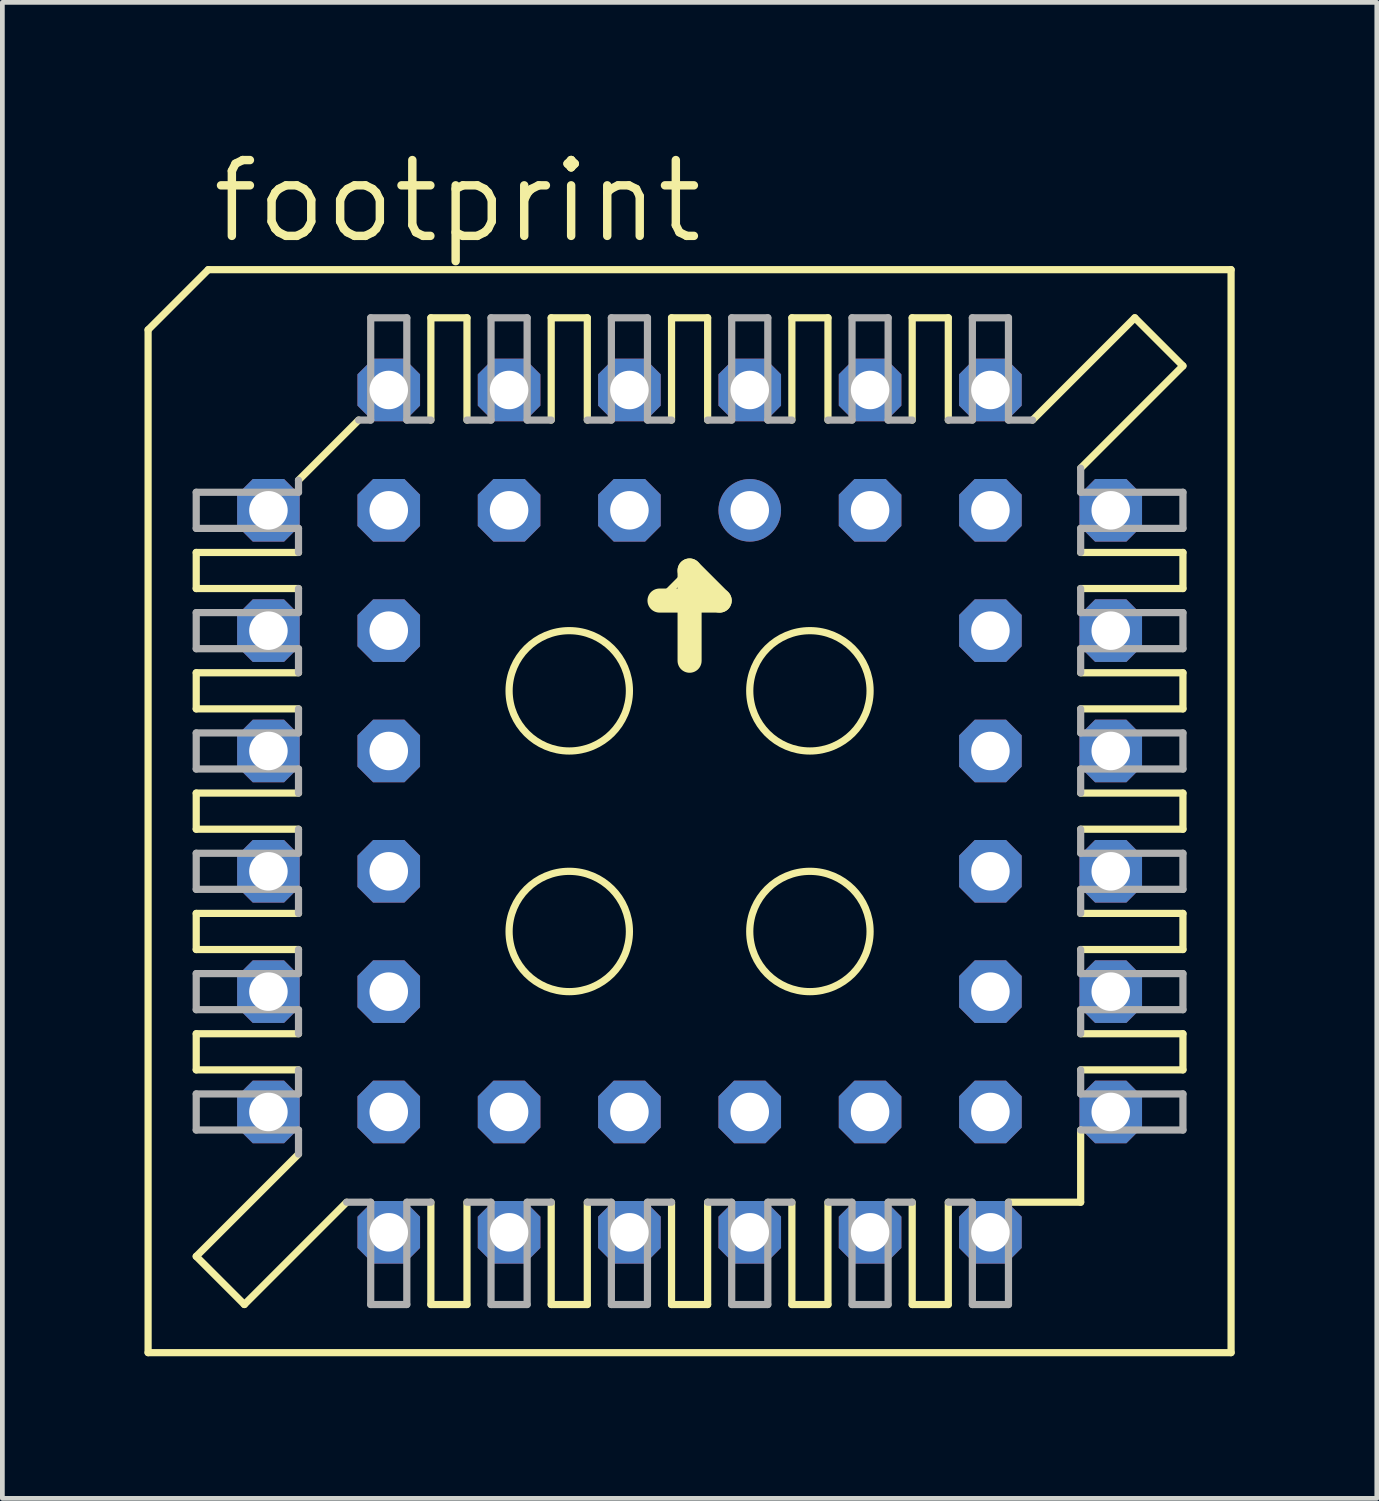
<source format=kicad_pcb>
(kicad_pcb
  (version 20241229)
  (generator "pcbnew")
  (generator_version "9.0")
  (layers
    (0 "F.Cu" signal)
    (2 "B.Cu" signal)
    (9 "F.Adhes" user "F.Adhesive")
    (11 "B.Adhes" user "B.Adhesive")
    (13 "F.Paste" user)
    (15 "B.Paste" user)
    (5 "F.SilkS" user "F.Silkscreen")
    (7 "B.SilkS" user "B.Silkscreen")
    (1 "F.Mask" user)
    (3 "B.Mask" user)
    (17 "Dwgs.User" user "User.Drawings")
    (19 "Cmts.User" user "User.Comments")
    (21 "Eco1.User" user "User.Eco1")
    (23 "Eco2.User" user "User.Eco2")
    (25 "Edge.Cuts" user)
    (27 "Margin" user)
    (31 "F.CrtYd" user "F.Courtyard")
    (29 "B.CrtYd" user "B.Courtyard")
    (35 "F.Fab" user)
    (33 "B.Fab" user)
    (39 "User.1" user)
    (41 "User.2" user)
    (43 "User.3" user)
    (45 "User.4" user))
  (footprint "footprint"
    (layer "F.Cu")
    (at 11.506 14.072)
    (property "Reference" "footprint" (at -10.16 -11.938 0) (layer "F.SilkS") (effects (font (size 1.6 1.6) (thickness 0.178)) (justify left bottom)))
    (fp_line (start -11.43 -10.16) (end -11.43 11.43) (stroke (width 0.152) (type solid)) (layer "F.SilkS"))
    (fp_line (start -10.414 -5.461) (end -10.414 -4.699) (stroke (width 0.152) (type solid)) (layer "F.SilkS"))
    (fp_line (start -10.414 -5.461) (end -8.255 -5.461) (stroke (width 0.152) (type solid)) (layer "F.SilkS"))
    (fp_line (start -10.414 -2.921) (end -10.414 -2.159) (stroke (width 0.152) (type solid)) (layer "F.SilkS"))
    (fp_line (start -10.414 -2.921) (end -8.255 -2.921) (stroke (width 0.152) (type solid)) (layer "F.SilkS"))
    (fp_line (start -10.414 0.381) (end -10.414 -0.381) (stroke (width 0.152) (type solid)) (layer "F.SilkS"))
    (fp_line (start -10.414 0.381) (end -8.255 0.381) (stroke (width 0.152) (type solid)) (layer "F.SilkS"))
    (fp_line (start -10.414 2.921) (end -10.414 2.159) (stroke (width 0.152) (type solid)) (layer "F.SilkS"))
    (fp_line (start -10.414 2.921) (end -8.255 2.921) (stroke (width 0.152) (type solid)) (layer "F.SilkS"))
    (fp_line (start -10.414 5.461) (end -10.414 4.699) (stroke (width 0.152) (type solid)) (layer "F.SilkS"))
    (fp_line (start -10.414 5.461) (end -8.255 5.461) (stroke (width 0.152) (type solid)) (layer "F.SilkS"))
    (fp_line (start -10.414 9.398) (end -8.255 7.239) (stroke (width 0.152) (type solid)) (layer "F.SilkS"))
    (fp_line (start -10.16 -11.43) (end -11.43 -10.16) (stroke (width 0.152) (type solid)) (layer "F.SilkS"))
    (fp_line (start -9.398 10.414) (end -10.414 9.398) (stroke (width 0.152) (type solid)) (layer "F.SilkS"))
    (fp_line (start -9.398 10.414) (end -7.239 8.255) (stroke (width 0.152) (type solid)) (layer "F.SilkS"))
    (fp_line (start -8.255 -6.985) (end -6.985 -8.255) (stroke (width 0.152) (type solid)) (layer "F.SilkS"))
    (fp_line (start -8.255 -4.699) (end -10.414 -4.699) (stroke (width 0.152) (type solid)) (layer "F.SilkS"))
    (fp_line (start -8.255 -2.159) (end -10.414 -2.159) (stroke (width 0.152) (type solid)) (layer "F.SilkS"))
    (fp_line (start -8.255 -0.381) (end -10.414 -0.381) (stroke (width 0.152) (type solid)) (layer "F.SilkS"))
    (fp_line (start -8.255 2.159) (end -10.414 2.159) (stroke (width 0.152) (type solid)) (layer "F.SilkS"))
    (fp_line (start -8.255 4.699) (end -10.414 4.699) (stroke (width 0.152) (type solid)) (layer "F.SilkS"))
    (fp_line (start -5.461 -8.255) (end -5.461 -10.414) (stroke (width 0.152) (type solid)) (layer "F.SilkS"))
    (fp_line (start -5.461 10.414) (end -5.461 8.255) (stroke (width 0.152) (type solid)) (layer "F.SilkS"))
    (fp_line (start -5.461 10.414) (end -4.699 10.414) (stroke (width 0.152) (type solid)) (layer "F.SilkS"))
    (fp_line (start -4.699 -10.414) (end -5.461 -10.414) (stroke (width 0.152) (type solid)) (layer "F.SilkS"))
    (fp_line (start -4.699 -10.414) (end -4.699 -8.255) (stroke (width 0.152) (type solid)) (layer "F.SilkS"))
    (fp_line (start -4.699 8.255) (end -4.699 10.414) (stroke (width 0.152) (type solid)) (layer "F.SilkS"))
    (fp_line (start -2.921 -8.255) (end -2.921 -10.414) (stroke (width 0.152) (type solid)) (layer "F.SilkS"))
    (fp_line (start -2.921 10.414) (end -2.921 8.255) (stroke (width 0.152) (type solid)) (layer "F.SilkS"))
    (fp_line (start -2.921 10.414) (end -2.159 10.414) (stroke (width 0.152) (type solid)) (layer "F.SilkS"))
    (fp_line (start -2.159 -10.414) (end -2.921 -10.414) (stroke (width 0.152) (type solid)) (layer "F.SilkS"))
    (fp_line (start -2.159 -10.414) (end -2.159 -8.255) (stroke (width 0.152) (type solid)) (layer "F.SilkS"))
    (fp_line (start -2.159 8.255) (end -2.159 10.414) (stroke (width 0.152) (type solid)) (layer "F.SilkS"))
    (fp_line (start -0.635 -4.445) (end 0 -5.08) (stroke (width 0.152) (type solid)) (layer "F.SilkS"))
    (fp_line (start -0.381 -8.255) (end -0.381 -10.414) (stroke (width 0.152) (type solid)) (layer "F.SilkS"))
    (fp_line (start -0.381 10.414) (end -0.381 8.255) (stroke (width 0.152) (type solid)) (layer "F.SilkS"))
    (fp_line (start -0.381 10.414) (end 0.381 10.414) (stroke (width 0.152) (type solid)) (layer "F.SilkS"))
    (fp_line (start 0 -5.08) (end 0 -3.175) (stroke (width 0.508) (type solid)) (layer "F.SilkS"))
    (fp_line (start 0 -5.08) (end 0.635 -4.445) (stroke (width 0.508) (type solid)) (layer "F.SilkS"))
    (fp_line (start 0.381 -10.414) (end -0.381 -10.414) (stroke (width 0.152) (type solid)) (layer "F.SilkS"))
    (fp_line (start 0.381 -10.414) (end 0.381 -8.255) (stroke (width 0.152) (type solid)) (layer "F.SilkS"))
    (fp_line (start 0.381 8.255) (end 0.381 10.414) (stroke (width 0.152) (type solid)) (layer "F.SilkS"))
    (fp_line (start 0.635 -4.445) (end -0.635 -4.445) (stroke (width 0.508) (type solid)) (layer "F.SilkS"))
    (fp_line (start 2.159 -8.255) (end 2.159 -10.414) (stroke (width 0.152) (type solid)) (layer "F.SilkS"))
    (fp_line (start 2.159 10.414) (end 2.159 8.255) (stroke (width 0.152) (type solid)) (layer "F.SilkS"))
    (fp_line (start 2.159 10.414) (end 2.921 10.414) (stroke (width 0.152) (type solid)) (layer "F.SilkS"))
    (fp_line (start 2.921 -10.414) (end 2.159 -10.414) (stroke (width 0.152) (type solid)) (layer "F.SilkS"))
    (fp_line (start 2.921 -10.414) (end 2.921 -8.255) (stroke (width 0.152) (type solid)) (layer "F.SilkS"))
    (fp_line (start 2.921 8.255) (end 2.921 10.414) (stroke (width 0.152) (type solid)) (layer "F.SilkS"))
    (fp_line (start 4.699 -8.255) (end 4.699 -10.414) (stroke (width 0.152) (type solid)) (layer "F.SilkS"))
    (fp_line (start 4.699 10.414) (end 4.699 8.255) (stroke (width 0.152) (type solid)) (layer "F.SilkS"))
    (fp_line (start 4.699 10.414) (end 5.461 10.414) (stroke (width 0.152) (type solid)) (layer "F.SilkS"))
    (fp_line (start 5.461 -10.414) (end 4.699 -10.414) (stroke (width 0.152) (type solid)) (layer "F.SilkS"))
    (fp_line (start 5.461 -10.414) (end 5.461 -8.255) (stroke (width 0.152) (type solid)) (layer "F.SilkS"))
    (fp_line (start 5.461 8.255) (end 5.461 10.414) (stroke (width 0.152) (type solid)) (layer "F.SilkS"))
    (fp_line (start 6.731 8.255) (end 8.255 8.255) (stroke (width 0.152) (type solid)) (layer "F.SilkS"))
    (fp_line (start 8.255 -4.699) (end 10.414 -4.699) (stroke (width 0.152) (type solid)) (layer "F.SilkS"))
    (fp_line (start 8.255 -2.159) (end 10.414 -2.159) (stroke (width 0.152) (type solid)) (layer "F.SilkS"))
    (fp_line (start 8.255 0.381) (end 10.414 0.381) (stroke (width 0.152) (type solid)) (layer "F.SilkS"))
    (fp_line (start 8.255 2.159) (end 10.414 2.159) (stroke (width 0.152) (type solid)) (layer "F.SilkS"))
    (fp_line (start 8.255 4.699) (end 10.414 4.699) (stroke (width 0.152) (type solid)) (layer "F.SilkS"))
    (fp_line (start 8.255 8.255) (end 8.255 6.731) (stroke (width 0.152) (type solid)) (layer "F.SilkS"))
    (fp_line (start 9.398 -10.414) (end 7.239 -8.255) (stroke (width 0.152) (type solid)) (layer "F.SilkS"))
    (fp_line (start 10.414 -9.398) (end 8.255 -7.239) (stroke (width 0.152) (type solid)) (layer "F.SilkS"))
    (fp_line (start 10.414 -9.398) (end 9.398 -10.414) (stroke (width 0.152) (type solid)) (layer "F.SilkS"))
    (fp_line (start 10.414 -5.461) (end 8.255 -5.461) (stroke (width 0.152) (type solid)) (layer "F.SilkS"))
    (fp_line (start 10.414 -5.461) (end 10.414 -4.699) (stroke (width 0.152) (type solid)) (layer "F.SilkS"))
    (fp_line (start 10.414 -2.921) (end 8.255 -2.921) (stroke (width 0.152) (type solid)) (layer "F.SilkS"))
    (fp_line (start 10.414 -2.921) (end 10.414 -2.159) (stroke (width 0.152) (type solid)) (layer "F.SilkS"))
    (fp_line (start 10.414 -0.381) (end 8.255 -0.381) (stroke (width 0.152) (type solid)) (layer "F.SilkS"))
    (fp_line (start 10.414 -0.381) (end 10.414 0.381) (stroke (width 0.152) (type solid)) (layer "F.SilkS"))
    (fp_line (start 10.414 2.921) (end 8.255 2.921) (stroke (width 0.152) (type solid)) (layer "F.SilkS"))
    (fp_line (start 10.414 2.921) (end 10.414 2.159) (stroke (width 0.152) (type solid)) (layer "F.SilkS"))
    (fp_line (start 10.414 5.461) (end 8.255 5.461) (stroke (width 0.152) (type solid)) (layer "F.SilkS"))
    (fp_line (start 10.414 5.461) (end 10.414 4.699) (stroke (width 0.152) (type solid)) (layer "F.SilkS"))
    (fp_line (start 11.43 -11.43) (end -10.16 -11.43) (stroke (width 0.152) (type solid)) (layer "F.SilkS"))
    (fp_line (start 11.43 11.43) (end -11.43 11.43) (stroke (width 0.152) (type solid)) (layer "F.SilkS"))
    (fp_line (start 11.43 11.43) (end 11.43 -11.43) (stroke (width 0.152) (type solid)) (layer "F.SilkS"))
    (fp_circle (center -2.54 -2.54) (end -1.27 -2.54) (stroke (width 0.152) (type solid)) (fill no) (layer "F.SilkS"))
    (fp_circle (center -2.54 2.54) (end -1.27 2.54) (stroke (width 0.152) (type solid)) (fill no) (layer "F.SilkS"))
    (fp_circle (center 2.54 -2.54) (end 3.81 -2.54) (stroke (width 0.152) (type solid)) (fill no) (layer "F.SilkS"))
    (fp_circle (center 2.54 2.54) (end 3.81 2.54) (stroke (width 0.152) (type solid)) (fill no) (layer "F.SilkS"))
    (fp_line (start -10.414 -6.731) (end -10.414 -5.969) (stroke (width 0.152) (type solid)) (layer "F.Fab"))
    (fp_line (start -10.414 -6.731) (end -8.255 -6.731) (stroke (width 0.152) (type solid)) (layer "F.Fab"))
    (fp_line (start -10.414 -4.191) (end -10.414 -3.429) (stroke (width 0.152) (type solid)) (layer "F.Fab"))
    (fp_line (start -10.414 -4.191) (end -8.255 -4.191) (stroke (width 0.152) (type solid)) (layer "F.Fab"))
    (fp_line (start -10.414 -0.889) (end -10.414 -1.651) (stroke (width 0.152) (type solid)) (layer "F.Fab"))
    (fp_line (start -10.414 -0.889) (end -8.255 -0.889) (stroke (width 0.152) (type solid)) (layer "F.Fab"))
    (fp_line (start -10.414 1.651) (end -10.414 0.889) (stroke (width 0.152) (type solid)) (layer "F.Fab"))
    (fp_line (start -10.414 1.651) (end -8.255 1.651) (stroke (width 0.152) (type solid)) (layer "F.Fab"))
    (fp_line (start -10.414 4.191) (end -10.414 3.429) (stroke (width 0.152) (type solid)) (layer "F.Fab"))
    (fp_line (start -10.414 4.191) (end -8.255 4.191) (stroke (width 0.152) (type solid)) (layer "F.Fab"))
    (fp_line (start -10.414 6.731) (end -10.414 5.969) (stroke (width 0.152) (type solid)) (layer "F.Fab"))
    (fp_line (start -10.414 6.731) (end -8.255 6.731) (stroke (width 0.152) (type solid)) (layer "F.Fab"))
    (fp_line (start -8.255 -6.731) (end -8.255 -6.985) (stroke (width 0.152) (type solid)) (layer "F.Fab"))
    (fp_line (start -8.255 -5.969) (end -10.414 -5.969) (stroke (width 0.152) (type solid)) (layer "F.Fab"))
    (fp_line (start -8.255 -5.969) (end -8.255 -5.461) (stroke (width 0.152) (type solid)) (layer "F.Fab"))
    (fp_line (start -8.255 -4.699) (end -8.255 -4.191) (stroke (width 0.152) (type solid)) (layer "F.Fab"))
    (fp_line (start -8.255 -3.429) (end -10.414 -3.429) (stroke (width 0.152) (type solid)) (layer "F.Fab"))
    (fp_line (start -8.255 -3.429) (end -8.255 -2.921) (stroke (width 0.152) (type solid)) (layer "F.Fab"))
    (fp_line (start -8.255 -2.159) (end -8.255 -1.651) (stroke (width 0.152) (type solid)) (layer "F.Fab"))
    (fp_line (start -8.255 -1.651) (end -10.414 -1.651) (stroke (width 0.152) (type solid)) (layer "F.Fab"))
    (fp_line (start -8.255 -0.381) (end -8.255 -0.889) (stroke (width 0.152) (type solid)) (layer "F.Fab"))
    (fp_line (start -8.255 0.889) (end -10.414 0.889) (stroke (width 0.152) (type solid)) (layer "F.Fab"))
    (fp_line (start -8.255 0.889) (end -8.255 0.381) (stroke (width 0.152) (type solid)) (layer "F.Fab"))
    (fp_line (start -8.255 2.159) (end -8.255 1.651) (stroke (width 0.152) (type solid)) (layer "F.Fab"))
    (fp_line (start -8.255 3.429) (end -10.414 3.429) (stroke (width 0.152) (type solid)) (layer "F.Fab"))
    (fp_line (start -8.255 3.429) (end -8.255 2.921) (stroke (width 0.152) (type solid)) (layer "F.Fab"))
    (fp_line (start -8.255 4.699) (end -8.255 4.191) (stroke (width 0.152) (type solid)) (layer "F.Fab"))
    (fp_line (start -8.255 5.969) (end -10.414 5.969) (stroke (width 0.152) (type solid)) (layer "F.Fab"))
    (fp_line (start -8.255 5.969) (end -8.255 5.461) (stroke (width 0.152) (type solid)) (layer "F.Fab"))
    (fp_line (start -8.255 7.239) (end -8.255 6.731) (stroke (width 0.152) (type solid)) (layer "F.Fab"))
    (fp_line (start -7.239 8.255) (end -6.731 8.255) (stroke (width 0.152) (type solid)) (layer "F.Fab"))
    (fp_line (start -6.985 -8.255) (end -6.731 -8.255) (stroke (width 0.152) (type solid)) (layer "F.Fab"))
    (fp_line (start -6.731 -8.255) (end -6.731 -10.414) (stroke (width 0.152) (type solid)) (layer "F.Fab"))
    (fp_line (start -6.731 10.414) (end -6.731 8.255) (stroke (width 0.152) (type solid)) (layer "F.Fab"))
    (fp_line (start -6.731 10.414) (end -5.969 10.414) (stroke (width 0.152) (type solid)) (layer "F.Fab"))
    (fp_line (start -5.969 -10.414) (end -6.731 -10.414) (stroke (width 0.152) (type solid)) (layer "F.Fab"))
    (fp_line (start -5.969 -10.414) (end -5.969 -8.255) (stroke (width 0.152) (type solid)) (layer "F.Fab"))
    (fp_line (start -5.969 8.255) (end -5.969 10.414) (stroke (width 0.152) (type solid)) (layer "F.Fab"))
    (fp_line (start -5.969 8.255) (end -5.461 8.255) (stroke (width 0.152) (type solid)) (layer "F.Fab"))
    (fp_line (start -5.461 -8.255) (end -5.969 -8.255) (stroke (width 0.152) (type solid)) (layer "F.Fab"))
    (fp_line (start -4.699 8.255) (end -4.191 8.255) (stroke (width 0.152) (type solid)) (layer "F.Fab"))
    (fp_line (start -4.191 -8.255) (end -4.699 -8.255) (stroke (width 0.152) (type solid)) (layer "F.Fab"))
    (fp_line (start -4.191 -8.255) (end -4.191 -10.414) (stroke (width 0.152) (type solid)) (layer "F.Fab"))
    (fp_line (start -4.191 10.414) (end -4.191 8.255) (stroke (width 0.152) (type solid)) (layer "F.Fab"))
    (fp_line (start -4.191 10.414) (end -3.429 10.414) (stroke (width 0.152) (type solid)) (layer "F.Fab"))
    (fp_line (start -3.429 -10.414) (end -4.191 -10.414) (stroke (width 0.152) (type solid)) (layer "F.Fab"))
    (fp_line (start -3.429 -10.414) (end -3.429 -8.255) (stroke (width 0.152) (type solid)) (layer "F.Fab"))
    (fp_line (start -3.429 8.255) (end -3.429 10.414) (stroke (width 0.152) (type solid)) (layer "F.Fab"))
    (fp_line (start -3.429 8.255) (end -2.921 8.255) (stroke (width 0.152) (type solid)) (layer "F.Fab"))
    (fp_line (start -2.921 -8.255) (end -3.429 -8.255) (stroke (width 0.152) (type solid)) (layer "F.Fab"))
    (fp_line (start -2.159 8.255) (end -1.651 8.255) (stroke (width 0.152) (type solid)) (layer "F.Fab"))
    (fp_line (start -1.651 -8.255) (end -2.159 -8.255) (stroke (width 0.152) (type solid)) (layer "F.Fab"))
    (fp_line (start -1.651 -8.255) (end -1.651 -10.414) (stroke (width 0.152) (type solid)) (layer "F.Fab"))
    (fp_line (start -1.651 10.414) (end -1.651 8.255) (stroke (width 0.152) (type solid)) (layer "F.Fab"))
    (fp_line (start -1.651 10.414) (end -0.889 10.414) (stroke (width 0.152) (type solid)) (layer "F.Fab"))
    (fp_line (start -0.889 -10.414) (end -1.651 -10.414) (stroke (width 0.152) (type solid)) (layer "F.Fab"))
    (fp_line (start -0.889 -10.414) (end -0.889 -8.255) (stroke (width 0.152) (type solid)) (layer "F.Fab"))
    (fp_line (start -0.889 8.255) (end -0.889 10.414) (stroke (width 0.152) (type solid)) (layer "F.Fab"))
    (fp_line (start -0.889 8.255) (end -0.381 8.255) (stroke (width 0.152) (type solid)) (layer "F.Fab"))
    (fp_line (start -0.381 -8.255) (end -0.889 -8.255) (stroke (width 0.152) (type solid)) (layer "F.Fab"))
    (fp_line (start 0.381 8.255) (end 0.889 8.255) (stroke (width 0.152) (type solid)) (layer "F.Fab"))
    (fp_line (start 0.889 -8.255) (end 0.381 -8.255) (stroke (width 0.152) (type solid)) (layer "F.Fab"))
    (fp_line (start 0.889 -8.255) (end 0.889 -10.414) (stroke (width 0.152) (type solid)) (layer "F.Fab"))
    (fp_line (start 0.889 10.414) (end 0.889 8.255) (stroke (width 0.152) (type solid)) (layer "F.Fab"))
    (fp_line (start 0.889 10.414) (end 1.651 10.414) (stroke (width 0.152) (type solid)) (layer "F.Fab"))
    (fp_line (start 1.651 -10.414) (end 0.889 -10.414) (stroke (width 0.152) (type solid)) (layer "F.Fab"))
    (fp_line (start 1.651 -10.414) (end 1.651 -8.255) (stroke (width 0.152) (type solid)) (layer "F.Fab"))
    (fp_line (start 1.651 8.255) (end 1.651 10.414) (stroke (width 0.152) (type solid)) (layer "F.Fab"))
    (fp_line (start 1.651 8.255) (end 2.159 8.255) (stroke (width 0.152) (type solid)) (layer "F.Fab"))
    (fp_line (start 2.159 -8.255) (end 1.651 -8.255) (stroke (width 0.152) (type solid)) (layer "F.Fab"))
    (fp_line (start 2.921 8.255) (end 3.429 8.255) (stroke (width 0.152) (type solid)) (layer "F.Fab"))
    (fp_line (start 3.429 -8.255) (end 2.921 -8.255) (stroke (width 0.152) (type solid)) (layer "F.Fab"))
    (fp_line (start 3.429 -8.255) (end 3.429 -10.414) (stroke (width 0.152) (type solid)) (layer "F.Fab"))
    (fp_line (start 3.429 10.414) (end 3.429 8.255) (stroke (width 0.152) (type solid)) (layer "F.Fab"))
    (fp_line (start 3.429 10.414) (end 4.191 10.414) (stroke (width 0.152) (type solid)) (layer "F.Fab"))
    (fp_line (start 4.191 -10.414) (end 3.429 -10.414) (stroke (width 0.152) (type solid)) (layer "F.Fab"))
    (fp_line (start 4.191 -10.414) (end 4.191 -8.255) (stroke (width 0.152) (type solid)) (layer "F.Fab"))
    (fp_line (start 4.191 8.255) (end 4.191 10.414) (stroke (width 0.152) (type solid)) (layer "F.Fab"))
    (fp_line (start 4.191 8.255) (end 4.699 8.255) (stroke (width 0.152) (type solid)) (layer "F.Fab"))
    (fp_line (start 4.699 -8.255) (end 4.191 -8.255) (stroke (width 0.152) (type solid)) (layer "F.Fab"))
    (fp_line (start 5.461 8.255) (end 5.969 8.255) (stroke (width 0.152) (type solid)) (layer "F.Fab"))
    (fp_line (start 5.969 -8.255) (end 5.461 -8.255) (stroke (width 0.152) (type solid)) (layer "F.Fab"))
    (fp_line (start 5.969 -8.255) (end 5.969 -10.414) (stroke (width 0.152) (type solid)) (layer "F.Fab"))
    (fp_line (start 5.969 10.414) (end 5.969 8.255) (stroke (width 0.152) (type solid)) (layer "F.Fab"))
    (fp_line (start 5.969 10.414) (end 6.731 10.414) (stroke (width 0.152) (type solid)) (layer "F.Fab"))
    (fp_line (start 6.731 -10.414) (end 5.969 -10.414) (stroke (width 0.152) (type solid)) (layer "F.Fab"))
    (fp_line (start 6.731 -10.414) (end 6.731 -8.255) (stroke (width 0.152) (type solid)) (layer "F.Fab"))
    (fp_line (start 6.731 8.255) (end 6.731 10.414) (stroke (width 0.152) (type solid)) (layer "F.Fab"))
    (fp_line (start 7.239 -8.255) (end 6.731 -8.255) (stroke (width 0.152) (type solid)) (layer "F.Fab"))
    (fp_line (start 8.255 -7.239) (end 8.255 -6.731) (stroke (width 0.152) (type solid)) (layer "F.Fab"))
    (fp_line (start 8.255 -5.969) (end 8.255 -5.461) (stroke (width 0.152) (type solid)) (layer "F.Fab"))
    (fp_line (start 8.255 -5.969) (end 10.414 -5.969) (stroke (width 0.152) (type solid)) (layer "F.Fab"))
    (fp_line (start 8.255 -4.699) (end 8.255 -4.191) (stroke (width 0.152) (type solid)) (layer "F.Fab"))
    (fp_line (start 8.255 -3.429) (end 8.255 -2.921) (stroke (width 0.152) (type solid)) (layer "F.Fab"))
    (fp_line (start 8.255 -3.429) (end 10.414 -3.429) (stroke (width 0.152) (type solid)) (layer "F.Fab"))
    (fp_line (start 8.255 -2.159) (end 8.255 -1.651) (stroke (width 0.152) (type solid)) (layer "F.Fab"))
    (fp_line (start 8.255 -0.889) (end 8.255 -0.381) (stroke (width 0.152) (type solid)) (layer "F.Fab"))
    (fp_line (start 8.255 -0.889) (end 10.414 -0.889) (stroke (width 0.152) (type solid)) (layer "F.Fab"))
    (fp_line (start 8.255 0.381) (end 8.255 0.889) (stroke (width 0.152) (type solid)) (layer "F.Fab"))
    (fp_line (start 8.255 1.651) (end 8.255 2.159) (stroke (width 0.152) (type solid)) (layer "F.Fab"))
    (fp_line (start 8.255 1.651) (end 10.414 1.651) (stroke (width 0.152) (type solid)) (layer "F.Fab"))
    (fp_line (start 8.255 3.429) (end 8.255 2.921) (stroke (width 0.152) (type solid)) (layer "F.Fab"))
    (fp_line (start 8.255 3.429) (end 10.414 3.429) (stroke (width 0.152) (type solid)) (layer "F.Fab"))
    (fp_line (start 8.255 4.699) (end 8.255 4.191) (stroke (width 0.152) (type solid)) (layer "F.Fab"))
    (fp_line (start 8.255 5.969) (end 8.255 5.461) (stroke (width 0.152) (type solid)) (layer "F.Fab"))
    (fp_line (start 8.255 5.969) (end 10.414 5.969) (stroke (width 0.152) (type solid)) (layer "F.Fab"))
    (fp_line (start 10.414 -6.731) (end 8.255 -6.731) (stroke (width 0.152) (type solid)) (layer "F.Fab"))
    (fp_line (start 10.414 -6.731) (end 10.414 -5.969) (stroke (width 0.152) (type solid)) (layer "F.Fab"))
    (fp_line (start 10.414 -4.191) (end 8.255 -4.191) (stroke (width 0.152) (type solid)) (layer "F.Fab"))
    (fp_line (start 10.414 -4.191) (end 10.414 -3.429) (stroke (width 0.152) (type solid)) (layer "F.Fab"))
    (fp_line (start 10.414 -1.651) (end 8.255 -1.651) (stroke (width 0.152) (type solid)) (layer "F.Fab"))
    (fp_line (start 10.414 -1.651) (end 10.414 -0.889) (stroke (width 0.152) (type solid)) (layer "F.Fab"))
    (fp_line (start 10.414 0.889) (end 8.255 0.889) (stroke (width 0.152) (type solid)) (layer "F.Fab"))
    (fp_line (start 10.414 0.889) (end 10.414 1.651) (stroke (width 0.152) (type solid)) (layer "F.Fab"))
    (fp_line (start 10.414 4.191) (end 8.255 4.191) (stroke (width 0.152) (type solid)) (layer "F.Fab"))
    (fp_line (start 10.414 4.191) (end 10.414 3.429) (stroke (width 0.152) (type solid)) (layer "F.Fab"))
    (fp_line (start 10.414 6.731) (end 8.255 6.731) (stroke (width 0.152) (type solid)) (layer "F.Fab"))
    (fp_line (start 10.414 6.731) (end 10.414 5.969) (stroke (width 0.152) (type solid)) (layer "F.Fab"))
    (pad "1" thru_hole circle (at 1.27 -6.35) (size 1.321 1.321) (drill 0.813) (layers "*.Cu" "*.Mask"))
    (pad "2" thru_hole roundrect (at -1.27 -8.89) (size 1.321 1.321) (drill 0.813) (layers "*.Cu" "*.Mask") (roundrect_rratio 0.25) (chamfer_ratio 0.25) (chamfer top_left top_right bottom_left bottom_right))
    (pad "3" thru_hole roundrect (at -1.27 -6.35) (size 1.321 1.321) (drill 0.813) (layers "*.Cu" "*.Mask") (roundrect_rratio 0.25) (chamfer_ratio 0.25) (chamfer top_left top_right bottom_left bottom_right))
    (pad "4" thru_hole roundrect (at -3.81 -8.89) (size 1.321 1.321) (drill 0.813) (layers "*.Cu" "*.Mask") (roundrect_rratio 0.25) (chamfer_ratio 0.25) (chamfer top_left top_right bottom_left bottom_right))
    (pad "5" thru_hole roundrect (at -3.81 -6.35) (size 1.321 1.321) (drill 0.813) (layers "*.Cu" "*.Mask") (roundrect_rratio 0.25) (chamfer_ratio 0.25) (chamfer top_left top_right bottom_left bottom_right))
    (pad "6" thru_hole roundrect (at -6.35 -8.89) (size 1.321 1.321) (drill 0.813) (layers "*.Cu" "*.Mask") (roundrect_rratio 0.25) (chamfer_ratio 0.25) (chamfer top_left top_right bottom_left bottom_right))
    (pad "7" thru_hole roundrect (at -8.89 -6.35) (size 1.321 1.321) (drill 0.813) (layers "*.Cu" "*.Mask") (roundrect_rratio 0.25) (chamfer_ratio 0.25) (chamfer top_left top_right bottom_left bottom_right))
    (pad "8" thru_hole roundrect (at -6.35 -6.35) (size 1.321 1.321) (drill 0.813) (layers "*.Cu" "*.Mask") (roundrect_rratio 0.25) (chamfer_ratio 0.25) (chamfer top_left top_right bottom_left bottom_right))
    (pad "9" thru_hole roundrect (at -8.89 -3.81) (size 1.321 1.321) (drill 0.813) (layers "*.Cu" "*.Mask") (roundrect_rratio 0.25) (chamfer_ratio 0.25) (chamfer top_left top_right bottom_left bottom_right))
    (pad "10" thru_hole roundrect (at -6.35 -3.81) (size 1.321 1.321) (drill 0.813) (layers "*.Cu" "*.Mask") (roundrect_rratio 0.25) (chamfer_ratio 0.25) (chamfer top_left top_right bottom_left bottom_right))
    (pad "11" thru_hole roundrect (at -8.89 -1.27) (size 1.321 1.321) (drill 0.813) (layers "*.Cu" "*.Mask") (roundrect_rratio 0.25) (chamfer_ratio 0.25) (chamfer top_left top_right bottom_left bottom_right))
    (pad "12" thru_hole roundrect (at -6.35 -1.27) (size 1.321 1.321) (drill 0.813) (layers "*.Cu" "*.Mask") (roundrect_rratio 0.25) (chamfer_ratio 0.25) (chamfer top_left top_right bottom_left bottom_right))
    (pad "13" thru_hole roundrect (at -8.89 1.27) (size 1.321 1.321) (drill 0.813) (layers "*.Cu" "*.Mask") (roundrect_rratio 0.25) (chamfer_ratio 0.25) (chamfer top_left top_right bottom_left bottom_right))
    (pad "14" thru_hole roundrect (at -6.35 1.27) (size 1.321 1.321) (drill 0.813) (layers "*.Cu" "*.Mask") (roundrect_rratio 0.25) (chamfer_ratio 0.25) (chamfer top_left top_right bottom_left bottom_right))
    (pad "15" thru_hole roundrect (at -8.89 3.81) (size 1.321 1.321) (drill 0.813) (layers "*.Cu" "*.Mask") (roundrect_rratio 0.25) (chamfer_ratio 0.25) (chamfer top_left top_right bottom_left bottom_right))
    (pad "16" thru_hole roundrect (at -6.35 3.81) (size 1.321 1.321) (drill 0.813) (layers "*.Cu" "*.Mask") (roundrect_rratio 0.25) (chamfer_ratio 0.25) (chamfer top_left top_right bottom_left bottom_right))
    (pad "17" thru_hole roundrect (at -8.89 6.35) (size 1.321 1.321) (drill 0.813) (layers "*.Cu" "*.Mask") (roundrect_rratio 0.25) (chamfer_ratio 0.25) (chamfer top_left top_right bottom_left bottom_right))
    (pad "18" thru_hole roundrect (at -6.35 8.89) (size 1.321 1.321) (drill 0.813) (layers "*.Cu" "*.Mask") (roundrect_rratio 0.25) (chamfer_ratio 0.25) (chamfer top_left top_right bottom_left bottom_right))
    (pad "19" thru_hole roundrect (at -6.35 6.35) (size 1.321 1.321) (drill 0.813) (layers "*.Cu" "*.Mask") (roundrect_rratio 0.25) (chamfer_ratio 0.25) (chamfer top_left top_right bottom_left bottom_right))
    (pad "20" thru_hole roundrect (at -3.81 8.89) (size 1.321 1.321) (drill 0.813) (layers "*.Cu" "*.Mask") (roundrect_rratio 0.25) (chamfer_ratio 0.25) (chamfer top_left top_right bottom_left bottom_right))
    (pad "21" thru_hole roundrect (at -3.81 6.35) (size 1.321 1.321) (drill 0.813) (layers "*.Cu" "*.Mask") (roundrect_rratio 0.25) (chamfer_ratio 0.25) (chamfer top_left top_right bottom_left bottom_right))
    (pad "22" thru_hole roundrect (at -1.27 8.89) (size 1.321 1.321) (drill 0.813) (layers "*.Cu" "*.Mask") (roundrect_rratio 0.25) (chamfer_ratio 0.25) (chamfer top_left top_right bottom_left bottom_right))
    (pad "23" thru_hole roundrect (at -1.27 6.35) (size 1.321 1.321) (drill 0.813) (layers "*.Cu" "*.Mask") (roundrect_rratio 0.25) (chamfer_ratio 0.25) (chamfer top_left top_right bottom_left bottom_right))
    (pad "24" thru_hole roundrect (at 1.27 8.89) (size 1.321 1.321) (drill 0.813) (layers "*.Cu" "*.Mask") (roundrect_rratio 0.25) (chamfer_ratio 0.25) (chamfer top_left top_right bottom_left bottom_right))
    (pad "25" thru_hole roundrect (at 1.27 6.35) (size 1.321 1.321) (drill 0.813) (layers "*.Cu" "*.Mask") (roundrect_rratio 0.25) (chamfer_ratio 0.25) (chamfer top_left top_right bottom_left bottom_right))
    (pad "26" thru_hole roundrect (at 3.81 8.89) (size 1.321 1.321) (drill 0.813) (layers "*.Cu" "*.Mask") (roundrect_rratio 0.25) (chamfer_ratio 0.25) (chamfer top_left top_right bottom_left bottom_right))
    (pad "27" thru_hole roundrect (at 3.81 6.35) (size 1.321 1.321) (drill 0.813) (layers "*.Cu" "*.Mask") (roundrect_rratio 0.25) (chamfer_ratio 0.25) (chamfer top_left top_right bottom_left bottom_right))
    (pad "28" thru_hole roundrect (at 6.35 8.89) (size 1.321 1.321) (drill 0.813) (layers "*.Cu" "*.Mask") (roundrect_rratio 0.25) (chamfer_ratio 0.25) (chamfer top_left top_right bottom_left bottom_right))
    (pad "29" thru_hole roundrect (at 8.89 6.35) (size 1.321 1.321) (drill 0.813) (layers "*.Cu" "*.Mask") (roundrect_rratio 0.25) (chamfer_ratio 0.25) (chamfer top_left top_right bottom_left bottom_right))
    (pad "30" thru_hole roundrect (at 6.35 6.35) (size 1.321 1.321) (drill 0.813) (layers "*.Cu" "*.Mask") (roundrect_rratio 0.25) (chamfer_ratio 0.25) (chamfer top_left top_right bottom_left bottom_right))
    (pad "31" thru_hole roundrect (at 8.89 3.81) (size 1.321 1.321) (drill 0.813) (layers "*.Cu" "*.Mask") (roundrect_rratio 0.25) (chamfer_ratio 0.25) (chamfer top_left top_right bottom_left bottom_right))
    (pad "32" thru_hole roundrect (at 6.35 3.81) (size 1.321 1.321) (drill 0.813) (layers "*.Cu" "*.Mask") (roundrect_rratio 0.25) (chamfer_ratio 0.25) (chamfer top_left top_right bottom_left bottom_right))
    (pad "33" thru_hole roundrect (at 8.89 1.27) (size 1.321 1.321) (drill 0.813) (layers "*.Cu" "*.Mask") (roundrect_rratio 0.25) (chamfer_ratio 0.25) (chamfer top_left top_right bottom_left bottom_right))
    (pad "34" thru_hole roundrect (at 6.35 1.27) (size 1.321 1.321) (drill 0.813) (layers "*.Cu" "*.Mask") (roundrect_rratio 0.25) (chamfer_ratio 0.25) (chamfer top_left top_right bottom_left bottom_right))
    (pad "35" thru_hole roundrect (at 8.89 -1.27) (size 1.321 1.321) (drill 0.813) (layers "*.Cu" "*.Mask") (roundrect_rratio 0.25) (chamfer_ratio 0.25) (chamfer top_left top_right bottom_left bottom_right))
    (pad "36" thru_hole roundrect (at 6.35 -1.27) (size 1.321 1.321) (drill 0.813) (layers "*.Cu" "*.Mask") (roundrect_rratio 0.25) (chamfer_ratio 0.25) (chamfer top_left top_right bottom_left bottom_right))
    (pad "37" thru_hole roundrect (at 8.89 -3.81) (size 1.321 1.321) (drill 0.813) (layers "*.Cu" "*.Mask") (roundrect_rratio 0.25) (chamfer_ratio 0.25) (chamfer top_left top_right bottom_left bottom_right))
    (pad "38" thru_hole roundrect (at 6.35 -3.81) (size 1.321 1.321) (drill 0.813) (layers "*.Cu" "*.Mask") (roundrect_rratio 0.25) (chamfer_ratio 0.25) (chamfer top_left top_right bottom_left bottom_right))
    (pad "39" thru_hole roundrect (at 8.89 -6.35) (size 1.321 1.321) (drill 0.813) (layers "*.Cu" "*.Mask") (roundrect_rratio 0.25) (chamfer_ratio 0.25) (chamfer top_left top_right bottom_left bottom_right))
    (pad "40" thru_hole roundrect (at 6.35 -8.89) (size 1.321 1.321) (drill 0.813) (layers "*.Cu" "*.Mask") (roundrect_rratio 0.25) (chamfer_ratio 0.25) (chamfer top_left top_right bottom_left bottom_right))
    (pad "41" thru_hole roundrect (at 6.35 -6.35) (size 1.321 1.321) (drill 0.813) (layers "*.Cu" "*.Mask") (roundrect_rratio 0.25) (chamfer_ratio 0.25) (chamfer top_left top_right bottom_left bottom_right))
    (pad "42" thru_hole roundrect (at 3.81 -8.89) (size 1.321 1.321) (drill 0.813) (layers "*.Cu" "*.Mask") (roundrect_rratio 0.25) (chamfer_ratio 0.25) (chamfer top_left top_right bottom_left bottom_right))
    (pad "43" thru_hole roundrect (at 3.81 -6.35) (size 1.321 1.321) (drill 0.813) (layers "*.Cu" "*.Mask") (roundrect_rratio 0.25) (chamfer_ratio 0.25) (chamfer top_left top_right bottom_left bottom_right))
    (pad "44" thru_hole roundrect (at 1.27 -8.89) (size 1.321 1.321) (drill 0.813) (layers "*.Cu" "*.Mask") (roundrect_rratio 0.25) (chamfer_ratio 0.25) (chamfer top_left top_right bottom_left bottom_right)))
  (gr_rect
    (start -3 -3)
    (end 26.012 28.578)
    (stroke (width 0.1) (type default))
    (fill no)
    (layer "Edge.Cuts")))
</source>
